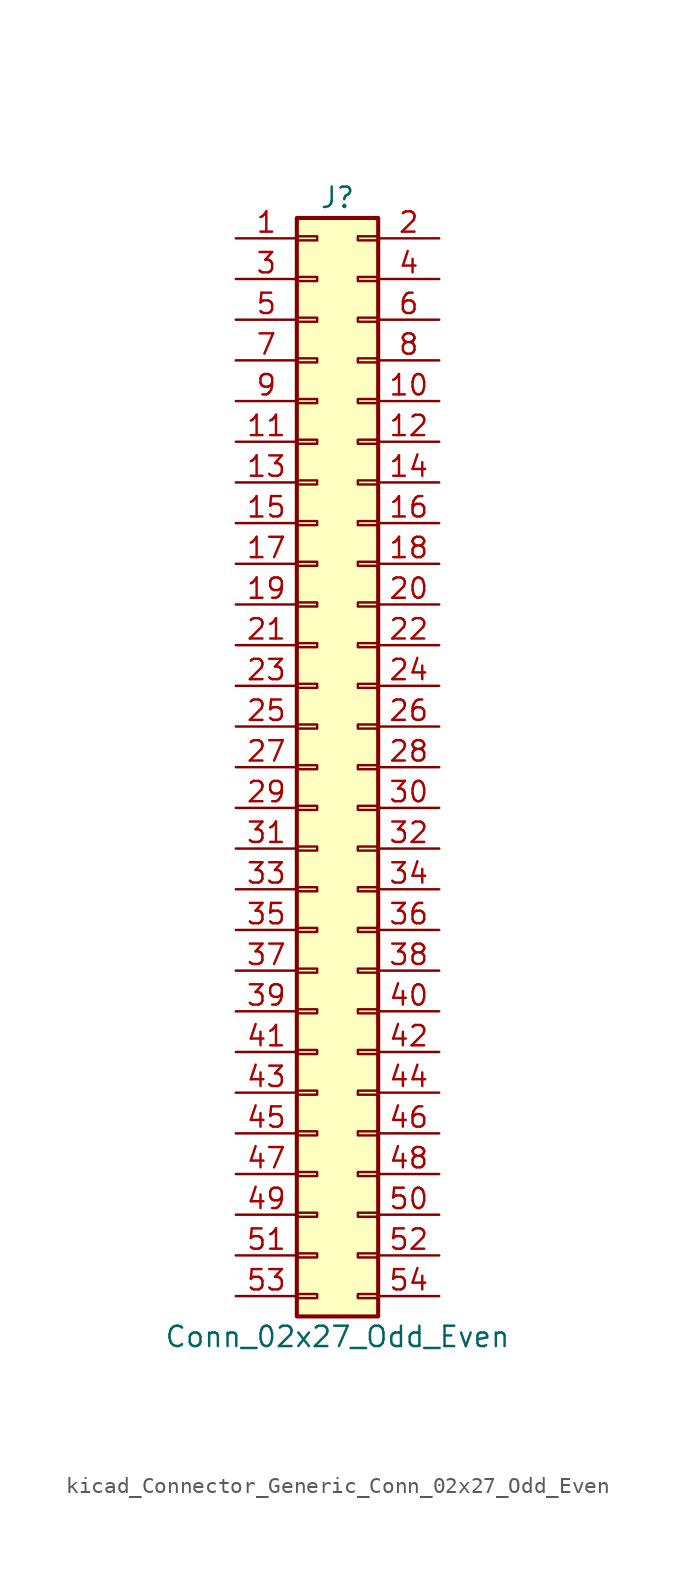
<source format=kicad_sym>
(kicad_symbol_lib
  (version 20220914)
  (generator kicad_symbol_editor)
  (symbol "kicad_Connector_Generic_Conn_02x27_Odd_Even"
    (pin_names
      (offset 1.016) hide)
    (property "Reference" "J"
      (at 1.27 35.56 0)
      (effects (font (size 1.27 1.27))))
    (property "Value" "Conn_02x27_Odd_Even"
      (at 1.27 -35.56 0)
      (effects (font (size 1.27 1.27))))
    (symbol "kicad_Connector_Generic_Conn_02x27_Odd_Even_1_1"
      (rectangle (start -1.27 -32.893) (end 0 -33.147) (stroke (width 0.152) (type default)) (fill (type none)))
      (rectangle (start -1.27 -30.353) (end 0 -30.607) (stroke (width 0.152) (type default)) (fill (type none)))
      (rectangle (start -1.27 -27.813) (end 0 -28.067) (stroke (width 0.152) (type default)) (fill (type none)))
      (rectangle (start -1.27 -25.273) (end 0 -25.527) (stroke (width 0.152) (type default)) (fill (type none)))
      (rectangle (start -1.27 -22.733) (end 0 -22.987) (stroke (width 0.152) (type default)) (fill (type none)))
      (rectangle (start -1.27 -20.193) (end 0 -20.447) (stroke (width 0.152) (type default)) (fill (type none)))
      (rectangle (start -1.27 -17.653) (end 0 -17.907) (stroke (width 0.152) (type default)) (fill (type none)))
      (rectangle (start -1.27 -15.113) (end 0 -15.367) (stroke (width 0.152) (type default)) (fill (type none)))
      (rectangle (start -1.27 -12.573) (end 0 -12.827) (stroke (width 0.152) (type default)) (fill (type none)))
      (rectangle (start -1.27 -10.033) (end 0 -10.287) (stroke (width 0.152) (type default)) (fill (type none)))
      (rectangle (start -1.27 -7.493) (end 0 -7.747) (stroke (width 0.152) (type default)) (fill (type none)))
      (rectangle (start -1.27 -4.953) (end 0 -5.207) (stroke (width 0.152) (type default)) (fill (type none)))
      (rectangle (start -1.27 -2.413) (end 0 -2.667) (stroke (width 0.152) (type default)) (fill (type none)))
      (rectangle (start -1.27 0.127) (end 0 -0.127) (stroke (width 0.152) (type default)) (fill (type none)))
      (rectangle (start -1.27 2.667) (end 0 2.413) (stroke (width 0.152) (type default)) (fill (type none)))
      (rectangle (start -1.27 5.207) (end 0 4.953) (stroke (width 0.152) (type default)) (fill (type none)))
      (rectangle (start -1.27 7.747) (end 0 7.493) (stroke (width 0.152) (type default)) (fill (type none)))
      (rectangle (start -1.27 10.287) (end 0 10.033) (stroke (width 0.152) (type default)) (fill (type none)))
      (rectangle (start -1.27 12.827) (end 0 12.573) (stroke (width 0.152) (type default)) (fill (type none)))
      (rectangle (start -1.27 15.367) (end 0 15.113) (stroke (width 0.152) (type default)) (fill (type none)))
      (rectangle (start -1.27 17.907) (end 0 17.653) (stroke (width 0.152) (type default)) (fill (type none)))
      (rectangle (start -1.27 20.447) (end 0 20.193) (stroke (width 0.152) (type default)) (fill (type none)))
      (rectangle (start -1.27 22.987) (end 0 22.733) (stroke (width 0.152) (type default)) (fill (type none)))
      (rectangle (start -1.27 25.527) (end 0 25.273) (stroke (width 0.152) (type default)) (fill (type none)))
      (rectangle (start -1.27 28.067) (end 0 27.813) (stroke (width 0.152) (type default)) (fill (type none)))
      (rectangle (start -1.27 30.607) (end 0 30.353) (stroke (width 0.152) (type default)) (fill (type none)))
      (rectangle (start -1.27 33.147) (end 0 32.893) (stroke (width 0.152) (type default)) (fill (type none)))
      (rectangle (start -1.27 34.29) (end 3.81 -34.29) (stroke (width 0.254) (type default)) (fill (type background)))
      (rectangle (start 3.81 -32.893) (end 2.54 -33.147) (stroke (width 0.152) (type default)) (fill (type none)))
      (rectangle (start 3.81 -30.353) (end 2.54 -30.607) (stroke (width 0.152) (type default)) (fill (type none)))
      (rectangle (start 3.81 -27.813) (end 2.54 -28.067) (stroke (width 0.152) (type default)) (fill (type none)))
      (rectangle (start 3.81 -25.273) (end 2.54 -25.527) (stroke (width 0.152) (type default)) (fill (type none)))
      (rectangle (start 3.81 -22.733) (end 2.54 -22.987) (stroke (width 0.152) (type default)) (fill (type none)))
      (rectangle (start 3.81 -20.193) (end 2.54 -20.447) (stroke (width 0.152) (type default)) (fill (type none)))
      (rectangle (start 3.81 -17.653) (end 2.54 -17.907) (stroke (width 0.152) (type default)) (fill (type none)))
      (rectangle (start 3.81 -15.113) (end 2.54 -15.367) (stroke (width 0.152) (type default)) (fill (type none)))
      (rectangle (start 3.81 -12.573) (end 2.54 -12.827) (stroke (width 0.152) (type default)) (fill (type none)))
      (rectangle (start 3.81 -10.033) (end 2.54 -10.287) (stroke (width 0.152) (type default)) (fill (type none)))
      (rectangle (start 3.81 -7.493) (end 2.54 -7.747) (stroke (width 0.152) (type default)) (fill (type none)))
      (rectangle (start 3.81 -4.953) (end 2.54 -5.207) (stroke (width 0.152) (type default)) (fill (type none)))
      (rectangle (start 3.81 -2.413) (end 2.54 -2.667) (stroke (width 0.152) (type default)) (fill (type none)))
      (rectangle (start 3.81 0.127) (end 2.54 -0.127) (stroke (width 0.152) (type default)) (fill (type none)))
      (rectangle (start 3.81 2.667) (end 2.54 2.413) (stroke (width 0.152) (type default)) (fill (type none)))
      (rectangle (start 3.81 5.207) (end 2.54 4.953) (stroke (width 0.152) (type default)) (fill (type none)))
      (rectangle (start 3.81 7.747) (end 2.54 7.493) (stroke (width 0.152) (type default)) (fill (type none)))
      (rectangle (start 3.81 10.287) (end 2.54 10.033) (stroke (width 0.152) (type default)) (fill (type none)))
      (rectangle (start 3.81 12.827) (end 2.54 12.573) (stroke (width 0.152) (type default)) (fill (type none)))
      (rectangle (start 3.81 15.367) (end 2.54 15.113) (stroke (width 0.152) (type default)) (fill (type none)))
      (rectangle (start 3.81 17.907) (end 2.54 17.653) (stroke (width 0.152) (type default)) (fill (type none)))
      (rectangle (start 3.81 20.447) (end 2.54 20.193) (stroke (width 0.152) (type default)) (fill (type none)))
      (rectangle (start 3.81 22.987) (end 2.54 22.733) (stroke (width 0.152) (type default)) (fill (type none)))
      (rectangle (start 3.81 25.527) (end 2.54 25.273) (stroke (width 0.152) (type default)) (fill (type none)))
      (rectangle (start 3.81 28.067) (end 2.54 27.813) (stroke (width 0.152) (type default)) (fill (type none)))
      (rectangle (start 3.81 30.607) (end 2.54 30.353) (stroke (width 0.152) (type default)) (fill (type none)))
      (rectangle (start 3.81 33.147) (end 2.54 32.893) (stroke (width 0.152) (type default)) (fill (type none)))
      (pin passive line (at -5.08 33.02 0) (length 3.81) (name "Pin_1" (effects (font (size 1.27 1.27)))) (number "1" (effects (font (size 1.27 1.27)))))
      (pin passive line (at 7.62 22.86 180) (length 3.81) (name "Pin_10" (effects (font (size 1.27 1.27)))) (number "10" (effects (font (size 1.27 1.27)))))
      (pin passive line (at -5.08 20.32 0) (length 3.81) (name "Pin_11" (effects (font (size 1.27 1.27)))) (number "11" (effects (font (size 1.27 1.27)))))
      (pin passive line (at 7.62 20.32 180) (length 3.81) (name "Pin_12" (effects (font (size 1.27 1.27)))) (number "12" (effects (font (size 1.27 1.27)))))
      (pin passive line (at -5.08 17.78 0) (length 3.81) (name "Pin_13" (effects (font (size 1.27 1.27)))) (number "13" (effects (font (size 1.27 1.27)))))
      (pin passive line (at 7.62 17.78 180) (length 3.81) (name "Pin_14" (effects (font (size 1.27 1.27)))) (number "14" (effects (font (size 1.27 1.27)))))
      (pin passive line (at -5.08 15.24 0) (length 3.81) (name "Pin_15" (effects (font (size 1.27 1.27)))) (number "15" (effects (font (size 1.27 1.27)))))
      (pin passive line (at 7.62 15.24 180) (length 3.81) (name "Pin_16" (effects (font (size 1.27 1.27)))) (number "16" (effects (font (size 1.27 1.27)))))
      (pin passive line (at -5.08 12.7 0) (length 3.81) (name "Pin_17" (effects (font (size 1.27 1.27)))) (number "17" (effects (font (size 1.27 1.27)))))
      (pin passive line (at 7.62 12.7 180) (length 3.81) (name "Pin_18" (effects (font (size 1.27 1.27)))) (number "18" (effects (font (size 1.27 1.27)))))
      (pin passive line (at -5.08 10.16 0) (length 3.81) (name "Pin_19" (effects (font (size 1.27 1.27)))) (number "19" (effects (font (size 1.27 1.27)))))
      (pin passive line (at 7.62 33.02 180) (length 3.81) (name "Pin_2" (effects (font (size 1.27 1.27)))) (number "2" (effects (font (size 1.27 1.27)))))
      (pin passive line (at 7.62 10.16 180) (length 3.81) (name "Pin_20" (effects (font (size 1.27 1.27)))) (number "20" (effects (font (size 1.27 1.27)))))
      (pin passive line (at -5.08 7.62 0) (length 3.81) (name "Pin_21" (effects (font (size 1.27 1.27)))) (number "21" (effects (font (size 1.27 1.27)))))
      (pin passive line (at 7.62 7.62 180) (length 3.81) (name "Pin_22" (effects (font (size 1.27 1.27)))) (number "22" (effects (font (size 1.27 1.27)))))
      (pin passive line (at -5.08 5.08 0) (length 3.81) (name "Pin_23" (effects (font (size 1.27 1.27)))) (number "23" (effects (font (size 1.27 1.27)))))
      (pin passive line (at 7.62 5.08 180) (length 3.81) (name "Pin_24" (effects (font (size 1.27 1.27)))) (number "24" (effects (font (size 1.27 1.27)))))
      (pin passive line (at -5.08 2.54 0) (length 3.81) (name "Pin_25" (effects (font (size 1.27 1.27)))) (number "25" (effects (font (size 1.27 1.27)))))
      (pin passive line (at 7.62 2.54 180) (length 3.81) (name "Pin_26" (effects (font (size 1.27 1.27)))) (number "26" (effects (font (size 1.27 1.27)))))
      (pin passive line (at -5.08 0 0) (length 3.81) (name "Pin_27" (effects (font (size 1.27 1.27)))) (number "27" (effects (font (size 1.27 1.27)))))
      (pin passive line (at 7.62 0 180) (length 3.81) (name "Pin_28" (effects (font (size 1.27 1.27)))) (number "28" (effects (font (size 1.27 1.27)))))
      (pin passive line (at -5.08 -2.54 0) (length 3.81) (name "Pin_29" (effects (font (size 1.27 1.27)))) (number "29" (effects (font (size 1.27 1.27)))))
      (pin passive line (at -5.08 30.48 0) (length 3.81) (name "Pin_3" (effects (font (size 1.27 1.27)))) (number "3" (effects (font (size 1.27 1.27)))))
      (pin passive line (at 7.62 -2.54 180) (length 3.81) (name "Pin_30" (effects (font (size 1.27 1.27)))) (number "30" (effects (font (size 1.27 1.27)))))
      (pin passive line (at -5.08 -5.08 0) (length 3.81) (name "Pin_31" (effects (font (size 1.27 1.27)))) (number "31" (effects (font (size 1.27 1.27)))))
      (pin passive line (at 7.62 -5.08 180) (length 3.81) (name "Pin_32" (effects (font (size 1.27 1.27)))) (number "32" (effects (font (size 1.27 1.27)))))
      (pin passive line (at -5.08 -7.62 0) (length 3.81) (name "Pin_33" (effects (font (size 1.27 1.27)))) (number "33" (effects (font (size 1.27 1.27)))))
      (pin passive line (at 7.62 -7.62 180) (length 3.81) (name "Pin_34" (effects (font (size 1.27 1.27)))) (number "34" (effects (font (size 1.27 1.27)))))
      (pin passive line (at -5.08 -10.16 0) (length 3.81) (name "Pin_35" (effects (font (size 1.27 1.27)))) (number "35" (effects (font (size 1.27 1.27)))))
      (pin passive line (at 7.62 -10.16 180) (length 3.81) (name "Pin_36" (effects (font (size 1.27 1.27)))) (number "36" (effects (font (size 1.27 1.27)))))
      (pin passive line (at -5.08 -12.7 0) (length 3.81) (name "Pin_37" (effects (font (size 1.27 1.27)))) (number "37" (effects (font (size 1.27 1.27)))))
      (pin passive line (at 7.62 -12.7 180) (length 3.81) (name "Pin_38" (effects (font (size 1.27 1.27)))) (number "38" (effects (font (size 1.27 1.27)))))
      (pin passive line (at -5.08 -15.24 0) (length 3.81) (name "Pin_39" (effects (font (size 1.27 1.27)))) (number "39" (effects (font (size 1.27 1.27)))))
      (pin passive line (at 7.62 30.48 180) (length 3.81) (name "Pin_4" (effects (font (size 1.27 1.27)))) (number "4" (effects (font (size 1.27 1.27)))))
      (pin passive line (at 7.62 -15.24 180) (length 3.81) (name "Pin_40" (effects (font (size 1.27 1.27)))) (number "40" (effects (font (size 1.27 1.27)))))
      (pin passive line (at -5.08 -17.78 0) (length 3.81) (name "Pin_41" (effects (font (size 1.27 1.27)))) (number "41" (effects (font (size 1.27 1.27)))))
      (pin passive line (at 7.62 -17.78 180) (length 3.81) (name "Pin_42" (effects (font (size 1.27 1.27)))) (number "42" (effects (font (size 1.27 1.27)))))
      (pin passive line (at -5.08 -20.32 0) (length 3.81) (name "Pin_43" (effects (font (size 1.27 1.27)))) (number "43" (effects (font (size 1.27 1.27)))))
      (pin passive line (at 7.62 -20.32 180) (length 3.81) (name "Pin_44" (effects (font (size 1.27 1.27)))) (number "44" (effects (font (size 1.27 1.27)))))
      (pin passive line (at -5.08 -22.86 0) (length 3.81) (name "Pin_45" (effects (font (size 1.27 1.27)))) (number "45" (effects (font (size 1.27 1.27)))))
      (pin passive line (at 7.62 -22.86 180) (length 3.81) (name "Pin_46" (effects (font (size 1.27 1.27)))) (number "46" (effects (font (size 1.27 1.27)))))
      (pin passive line (at -5.08 -25.4 0) (length 3.81) (name "Pin_47" (effects (font (size 1.27 1.27)))) (number "47" (effects (font (size 1.27 1.27)))))
      (pin passive line (at 7.62 -25.4 180) (length 3.81) (name "Pin_48" (effects (font (size 1.27 1.27)))) (number "48" (effects (font (size 1.27 1.27)))))
      (pin passive line (at -5.08 -27.94 0) (length 3.81) (name "Pin_49" (effects (font (size 1.27 1.27)))) (number "49" (effects (font (size 1.27 1.27)))))
      (pin passive line (at -5.08 27.94 0) (length 3.81) (name "Pin_5" (effects (font (size 1.27 1.27)))) (number "5" (effects (font (size 1.27 1.27)))))
      (pin passive line (at 7.62 -27.94 180) (length 3.81) (name "Pin_50" (effects (font (size 1.27 1.27)))) (number "50" (effects (font (size 1.27 1.27)))))
      (pin passive line (at -5.08 -30.48 0) (length 3.81) (name "Pin_51" (effects (font (size 1.27 1.27)))) (number "51" (effects (font (size 1.27 1.27)))))
      (pin passive line (at 7.62 -30.48 180) (length 3.81) (name "Pin_52" (effects (font (size 1.27 1.27)))) (number "52" (effects (font (size 1.27 1.27)))))
      (pin passive line (at -5.08 -33.02 0) (length 3.81) (name "Pin_53" (effects (font (size 1.27 1.27)))) (number "53" (effects (font (size 1.27 1.27)))))
      (pin passive line (at 7.62 -33.02 180) (length 3.81) (name "Pin_54" (effects (font (size 1.27 1.27)))) (number "54" (effects (font (size 1.27 1.27)))))
      (pin passive line (at 7.62 27.94 180) (length 3.81) (name "Pin_6" (effects (font (size 1.27 1.27)))) (number "6" (effects (font (size 1.27 1.27)))))
      (pin passive line (at -5.08 25.4 0) (length 3.81) (name "Pin_7" (effects (font (size 1.27 1.27)))) (number "7" (effects (font (size 1.27 1.27)))))
      (pin passive line (at 7.62 25.4 180) (length 3.81) (name "Pin_8" (effects (font (size 1.27 1.27)))) (number "8" (effects (font (size 1.27 1.27)))))
      (pin passive line (at -5.08 22.86 0) (length 3.81) (name "Pin_9" (effects (font (size 1.27 1.27)))) (number "9" (effects (font (size 1.27 1.27))))))))
</source>
